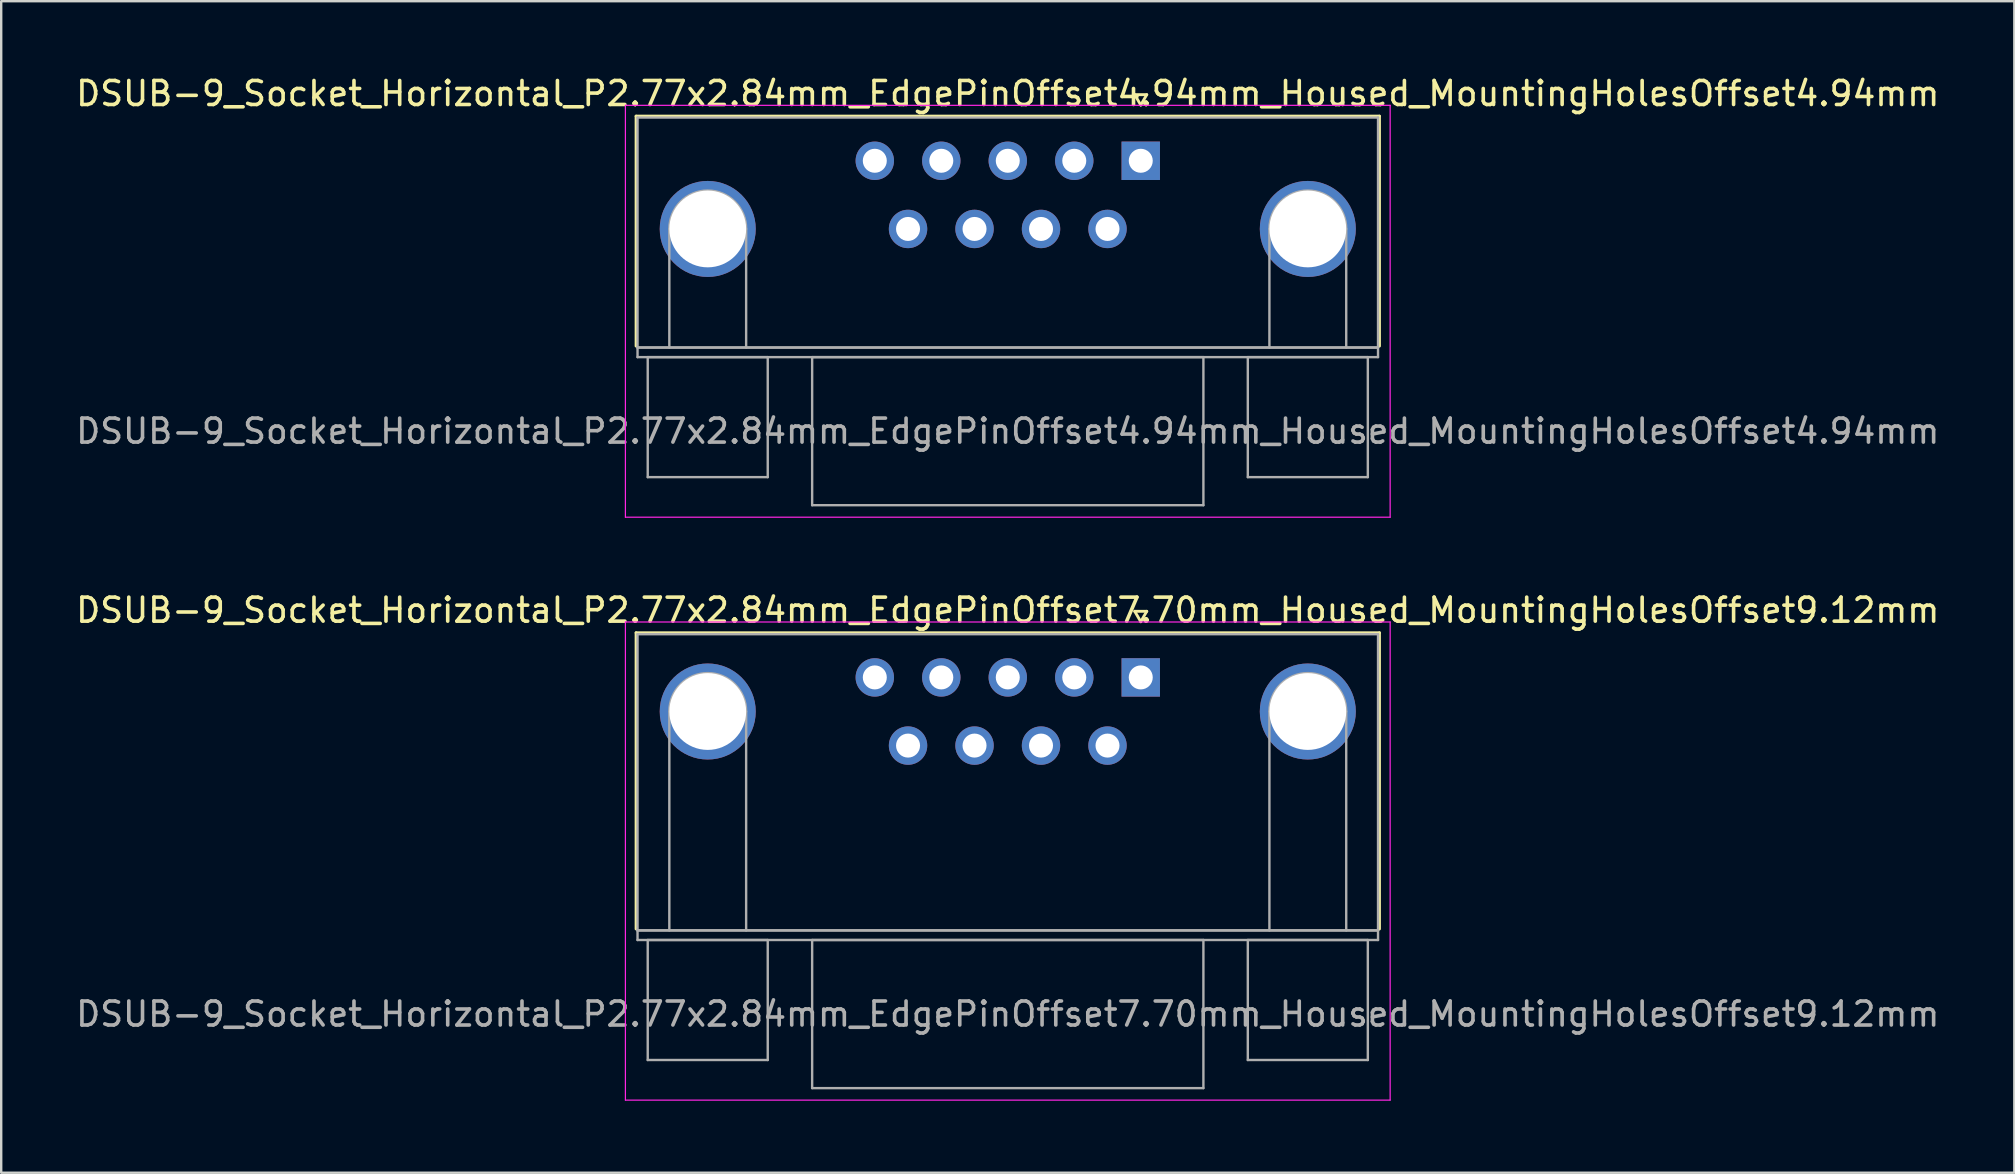
<source format=kicad_pcb>
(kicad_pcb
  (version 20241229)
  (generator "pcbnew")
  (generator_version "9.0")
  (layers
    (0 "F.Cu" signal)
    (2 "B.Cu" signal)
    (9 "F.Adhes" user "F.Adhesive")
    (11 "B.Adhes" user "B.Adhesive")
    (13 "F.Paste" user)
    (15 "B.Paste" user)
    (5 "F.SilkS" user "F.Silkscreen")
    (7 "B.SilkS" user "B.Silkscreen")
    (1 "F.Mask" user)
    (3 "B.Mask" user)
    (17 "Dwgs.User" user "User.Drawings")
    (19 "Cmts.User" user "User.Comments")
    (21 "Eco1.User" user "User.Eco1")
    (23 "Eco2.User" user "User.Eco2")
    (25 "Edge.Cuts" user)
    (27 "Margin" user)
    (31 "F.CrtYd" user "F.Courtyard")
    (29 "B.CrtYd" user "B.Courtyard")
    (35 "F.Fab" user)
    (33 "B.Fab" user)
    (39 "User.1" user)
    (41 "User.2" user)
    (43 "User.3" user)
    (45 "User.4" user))
  (footprint "DSUB-9_Socket_Horizontal_P2.77x2.84mm_EdgePinOffset4.94mm_Housed_MountingHolesOffset4.94mm"
    (layer "F.Cu")
    (at 44.475 3.648)
    (property "Reference" "DSUB-9_Socket_Horizontal_P2.77x2.84mm_EdgePinOffset4.94mm_Housed_MountingHolesOffset4.94mm" (at -5.54 -2.8 0) (layer "F.SilkS") (effects (font (size 1 1) (thickness 0.15))))
    (attr through_hole)
    (fp_line (start -21.025 -1.86) (end 9.945 -1.86) (stroke (width 0.12) (type solid)) (layer "F.SilkS"))
    (fp_line (start -21.025 7.72) (end -21.025 -1.86) (stroke (width 0.12) (type solid)) (layer "F.SilkS"))
    (fp_line (start -0.25 -2.754) (end 0.25 -2.754) (stroke (width 0.12) (type solid)) (layer "F.SilkS"))
    (fp_line (start 0 -2.321) (end -0.25 -2.754) (stroke (width 0.12) (type solid)) (layer "F.SilkS"))
    (fp_line (start 0.25 -2.754) (end 0 -2.321) (stroke (width 0.12) (type solid)) (layer "F.SilkS"))
    (fp_line (start 9.945 -1.86) (end 9.945 7.72) (stroke (width 0.12) (type solid)) (layer "F.SilkS"))
    (fp_line (start -21.47 -2.31) (end -21.47 14.85) (stroke (width 0.05) (type solid)) (layer "F.CrtYd"))
    (fp_line (start -21.47 14.85) (end 10.39 14.85) (stroke (width 0.05) (type solid)) (layer "F.CrtYd"))
    (fp_line (start 10.39 -2.31) (end -21.47 -2.31) (stroke (width 0.05) (type solid)) (layer "F.CrtYd"))
    (fp_line (start 10.39 14.85) (end 10.39 -2.31) (stroke (width 0.05) (type solid)) (layer "F.CrtYd"))
    (fp_line (start -20.965 -1.8) (end -20.965 7.78) (stroke (width 0.1) (type solid)) (layer "F.Fab"))
    (fp_line (start -20.965 7.78) (end -20.965 8.18) (stroke (width 0.1) (type solid)) (layer "F.Fab"))
    (fp_line (start -20.965 7.78) (end 9.885 7.78) (stroke (width 0.1) (type solid)) (layer "F.Fab"))
    (fp_line (start -20.965 8.18) (end 9.885 8.18) (stroke (width 0.1) (type solid)) (layer "F.Fab"))
    (fp_line (start -20.54 8.18) (end -20.54 13.18) (stroke (width 0.1) (type solid)) (layer "F.Fab"))
    (fp_line (start -20.54 13.18) (end -15.54 13.18) (stroke (width 0.1) (type solid)) (layer "F.Fab"))
    (fp_line (start -19.64 7.78) (end -19.64 2.84) (stroke (width 0.1) (type solid)) (layer "F.Fab"))
    (fp_line (start -16.44 7.78) (end -16.44 2.84) (stroke (width 0.1) (type solid)) (layer "F.Fab"))
    (fp_line (start -15.54 8.18) (end -20.54 8.18) (stroke (width 0.1) (type solid)) (layer "F.Fab"))
    (fp_line (start -15.54 13.18) (end -15.54 8.18) (stroke (width 0.1) (type solid)) (layer "F.Fab"))
    (fp_line (start -13.69 8.18) (end -13.69 14.35) (stroke (width 0.1) (type solid)) (layer "F.Fab"))
    (fp_line (start -13.69 14.35) (end 2.61 14.35) (stroke (width 0.1) (type solid)) (layer "F.Fab"))
    (fp_line (start 2.61 8.18) (end -13.69 8.18) (stroke (width 0.1) (type solid)) (layer "F.Fab"))
    (fp_line (start 2.61 14.35) (end 2.61 8.18) (stroke (width 0.1) (type solid)) (layer "F.Fab"))
    (fp_line (start 4.46 8.18) (end 4.46 13.18) (stroke (width 0.1) (type solid)) (layer "F.Fab"))
    (fp_line (start 4.46 13.18) (end 9.46 13.18) (stroke (width 0.1) (type solid)) (layer "F.Fab"))
    (fp_line (start 5.36 7.78) (end 5.36 2.84) (stroke (width 0.1) (type solid)) (layer "F.Fab"))
    (fp_line (start 8.56 7.78) (end 8.56 2.84) (stroke (width 0.1) (type solid)) (layer "F.Fab"))
    (fp_line (start 9.46 8.18) (end 4.46 8.18) (stroke (width 0.1) (type solid)) (layer "F.Fab"))
    (fp_line (start 9.46 13.18) (end 9.46 8.18) (stroke (width 0.1) (type solid)) (layer "F.Fab"))
    (fp_line (start 9.885 -1.8) (end -20.965 -1.8) (stroke (width 0.1) (type solid)) (layer "F.Fab"))
    (fp_line (start 9.885 7.78) (end -20.965 7.78) (stroke (width 0.1) (type solid)) (layer "F.Fab"))
    (fp_line (start 9.885 7.78) (end 9.885 -1.8) (stroke (width 0.1) (type solid)) (layer "F.Fab"))
    (fp_line (start 9.885 8.18) (end 9.885 7.78) (stroke (width 0.1) (type solid)) (layer "F.Fab"))
    (fp_arc (start -19.64 2.84) (mid -18.04 1.24) (end -16.44 2.84) (stroke (width 0.1) (type solid)) (layer "F.Fab"))
    (fp_arc (start 5.36 2.84) (mid 6.96 1.24) (end 8.56 2.84) (stroke (width 0.1) (type solid)) (layer "F.Fab"))
    (fp_text user "${REFERENCE}" (at -5.54 11.265 0) (layer "F.Fab") (effects (font (size 1 1) (thickness 0.15))))
    (pad "0" thru_hole circle (at -18.04 2.84) (size 4 4) (drill 3.2) (layers "*.Cu" "*.Mask"))
    (pad "0" thru_hole circle (at 6.96 2.84) (size 4 4) (drill 3.2) (layers "*.Cu" "*.Mask"))
    (pad "1" thru_hole rect (at 0 0) (size 1.6 1.6) (drill 1) (layers "*.Cu" "*.Mask"))
    (pad "2" thru_hole circle (at -2.77 0) (size 1.6 1.6) (drill 1) (layers "*.Cu" "*.Mask"))
    (pad "3" thru_hole circle (at -5.54 0) (size 1.6 1.6) (drill 1) (layers "*.Cu" "*.Mask"))
    (pad "4" thru_hole circle (at -8.31 0) (size 1.6 1.6) (drill 1) (layers "*.Cu" "*.Mask"))
    (pad "5" thru_hole circle (at -11.08 0) (size 1.6 1.6) (drill 1) (layers "*.Cu" "*.Mask"))
    (pad "6" thru_hole circle (at -1.385 2.84) (size 1.6 1.6) (drill 1) (layers "*.Cu" "*.Mask"))
    (pad "7" thru_hole circle (at -4.155 2.84) (size 1.6 1.6) (drill 1) (layers "*.Cu" "*.Mask"))
    (pad "8" thru_hole circle (at -6.925 2.84) (size 1.6 1.6) (drill 1) (layers "*.Cu" "*.Mask"))
    (pad "9" thru_hole circle (at -9.695 2.84) (size 1.6 1.6) (drill 1) (layers "*.Cu" "*.Mask")))
  (footprint "DSUB-9_Socket_Horizontal_P2.77x2.84mm_EdgePinOffset7.70mm_Housed_MountingHolesOffset9.12mm"
    (layer "F.Cu")
    (at 44.475 25.172)
    (property "Reference" "DSUB-9_Socket_Horizontal_P2.77x2.84mm_EdgePinOffset7.70mm_Housed_MountingHolesOffset9.12mm" (at -5.54 -2.8 0) (layer "F.SilkS") (effects (font (size 1 1) (thickness 0.15))))
    (attr through_hole)
    (fp_line (start -21.025 -1.86) (end 9.945 -1.86) (stroke (width 0.12) (type solid)) (layer "F.SilkS"))
    (fp_line (start -21.025 10.48) (end -21.025 -1.86) (stroke (width 0.12) (type solid)) (layer "F.SilkS"))
    (fp_line (start -0.25 -2.754) (end 0.25 -2.754) (stroke (width 0.12) (type solid)) (layer "F.SilkS"))
    (fp_line (start 0 -2.321) (end -0.25 -2.754) (stroke (width 0.12) (type solid)) (layer "F.SilkS"))
    (fp_line (start 0.25 -2.754) (end 0 -2.321) (stroke (width 0.12) (type solid)) (layer "F.SilkS"))
    (fp_line (start 9.945 -1.86) (end 9.945 10.48) (stroke (width 0.12) (type solid)) (layer "F.SilkS"))
    (fp_line (start -21.47 -2.31) (end -21.47 17.61) (stroke (width 0.05) (type solid)) (layer "F.CrtYd"))
    (fp_line (start -21.47 17.61) (end 10.39 17.61) (stroke (width 0.05) (type solid)) (layer "F.CrtYd"))
    (fp_line (start 10.39 -2.31) (end -21.47 -2.31) (stroke (width 0.05) (type solid)) (layer "F.CrtYd"))
    (fp_line (start 10.39 17.61) (end 10.39 -2.31) (stroke (width 0.05) (type solid)) (layer "F.CrtYd"))
    (fp_line (start -20.965 -1.8) (end -20.965 10.54) (stroke (width 0.1) (type solid)) (layer "F.Fab"))
    (fp_line (start -20.965 10.54) (end -20.965 10.94) (stroke (width 0.1) (type solid)) (layer "F.Fab"))
    (fp_line (start -20.965 10.54) (end 9.885 10.54) (stroke (width 0.1) (type solid)) (layer "F.Fab"))
    (fp_line (start -20.965 10.94) (end 9.885 10.94) (stroke (width 0.1) (type solid)) (layer "F.Fab"))
    (fp_line (start -20.54 10.94) (end -20.54 15.94) (stroke (width 0.1) (type solid)) (layer "F.Fab"))
    (fp_line (start -20.54 15.94) (end -15.54 15.94) (stroke (width 0.1) (type solid)) (layer "F.Fab"))
    (fp_line (start -19.64 10.54) (end -19.64 1.42) (stroke (width 0.1) (type solid)) (layer "F.Fab"))
    (fp_line (start -16.44 10.54) (end -16.44 1.42) (stroke (width 0.1) (type solid)) (layer "F.Fab"))
    (fp_line (start -15.54 10.94) (end -20.54 10.94) (stroke (width 0.1) (type solid)) (layer "F.Fab"))
    (fp_line (start -15.54 15.94) (end -15.54 10.94) (stroke (width 0.1) (type solid)) (layer "F.Fab"))
    (fp_line (start -13.69 10.94) (end -13.69 17.11) (stroke (width 0.1) (type solid)) (layer "F.Fab"))
    (fp_line (start -13.69 17.11) (end 2.61 17.11) (stroke (width 0.1) (type solid)) (layer "F.Fab"))
    (fp_line (start 2.61 10.94) (end -13.69 10.94) (stroke (width 0.1) (type solid)) (layer "F.Fab"))
    (fp_line (start 2.61 17.11) (end 2.61 10.94) (stroke (width 0.1) (type solid)) (layer "F.Fab"))
    (fp_line (start 4.46 10.94) (end 4.46 15.94) (stroke (width 0.1) (type solid)) (layer "F.Fab"))
    (fp_line (start 4.46 15.94) (end 9.46 15.94) (stroke (width 0.1) (type solid)) (layer "F.Fab"))
    (fp_line (start 5.36 10.54) (end 5.36 1.42) (stroke (width 0.1) (type solid)) (layer "F.Fab"))
    (fp_line (start 8.56 10.54) (end 8.56 1.42) (stroke (width 0.1) (type solid)) (layer "F.Fab"))
    (fp_line (start 9.46 10.94) (end 4.46 10.94) (stroke (width 0.1) (type solid)) (layer "F.Fab"))
    (fp_line (start 9.46 15.94) (end 9.46 10.94) (stroke (width 0.1) (type solid)) (layer "F.Fab"))
    (fp_line (start 9.885 -1.8) (end -20.965 -1.8) (stroke (width 0.1) (type solid)) (layer "F.Fab"))
    (fp_line (start 9.885 10.54) (end -20.965 10.54) (stroke (width 0.1) (type solid)) (layer "F.Fab"))
    (fp_line (start 9.885 10.54) (end 9.885 -1.8) (stroke (width 0.1) (type solid)) (layer "F.Fab"))
    (fp_line (start 9.885 10.94) (end 9.885 10.54) (stroke (width 0.1) (type solid)) (layer "F.Fab"))
    (fp_arc (start -19.64 1.42) (mid -18.04 -0.18) (end -16.44 1.42) (stroke (width 0.1) (type solid)) (layer "F.Fab"))
    (fp_arc (start 5.36 1.42) (mid 6.96 -0.18) (end 8.56 1.42) (stroke (width 0.1) (type solid)) (layer "F.Fab"))
    (fp_text user "${REFERENCE}" (at -5.54 14.025 0) (layer "F.Fab") (effects (font (size 1 1) (thickness 0.15))))
    (pad "0" thru_hole circle (at -18.04 1.42) (size 4 4) (drill 3.2) (layers "*.Cu" "*.Mask"))
    (pad "0" thru_hole circle (at 6.96 1.42) (size 4 4) (drill 3.2) (layers "*.Cu" "*.Mask"))
    (pad "1" thru_hole rect (at 0 0) (size 1.6 1.6) (drill 1) (layers "*.Cu" "*.Mask"))
    (pad "2" thru_hole circle (at -2.77 0) (size 1.6 1.6) (drill 1) (layers "*.Cu" "*.Mask"))
    (pad "3" thru_hole circle (at -5.54 0) (size 1.6 1.6) (drill 1) (layers "*.Cu" "*.Mask"))
    (pad "4" thru_hole circle (at -8.31 0) (size 1.6 1.6) (drill 1) (layers "*.Cu" "*.Mask"))
    (pad "5" thru_hole circle (at -11.08 0) (size 1.6 1.6) (drill 1) (layers "*.Cu" "*.Mask"))
    (pad "6" thru_hole circle (at -1.385 2.84) (size 1.6 1.6) (drill 1) (layers "*.Cu" "*.Mask"))
    (pad "7" thru_hole circle (at -4.155 2.84) (size 1.6 1.6) (drill 1) (layers "*.Cu" "*.Mask"))
    (pad "8" thru_hole circle (at -6.925 2.84) (size 1.6 1.6) (drill 1) (layers "*.Cu" "*.Mask"))
    (pad "9" thru_hole circle (at -9.695 2.84) (size 1.6 1.6) (drill 1) (layers "*.Cu" "*.Mask")))
  (gr_rect
    (start -3 -3)
    (end 80.869 45.806)
    (stroke (width 0.1) (type default))
    (fill no)
    (layer "Edge.Cuts")))
</source>
